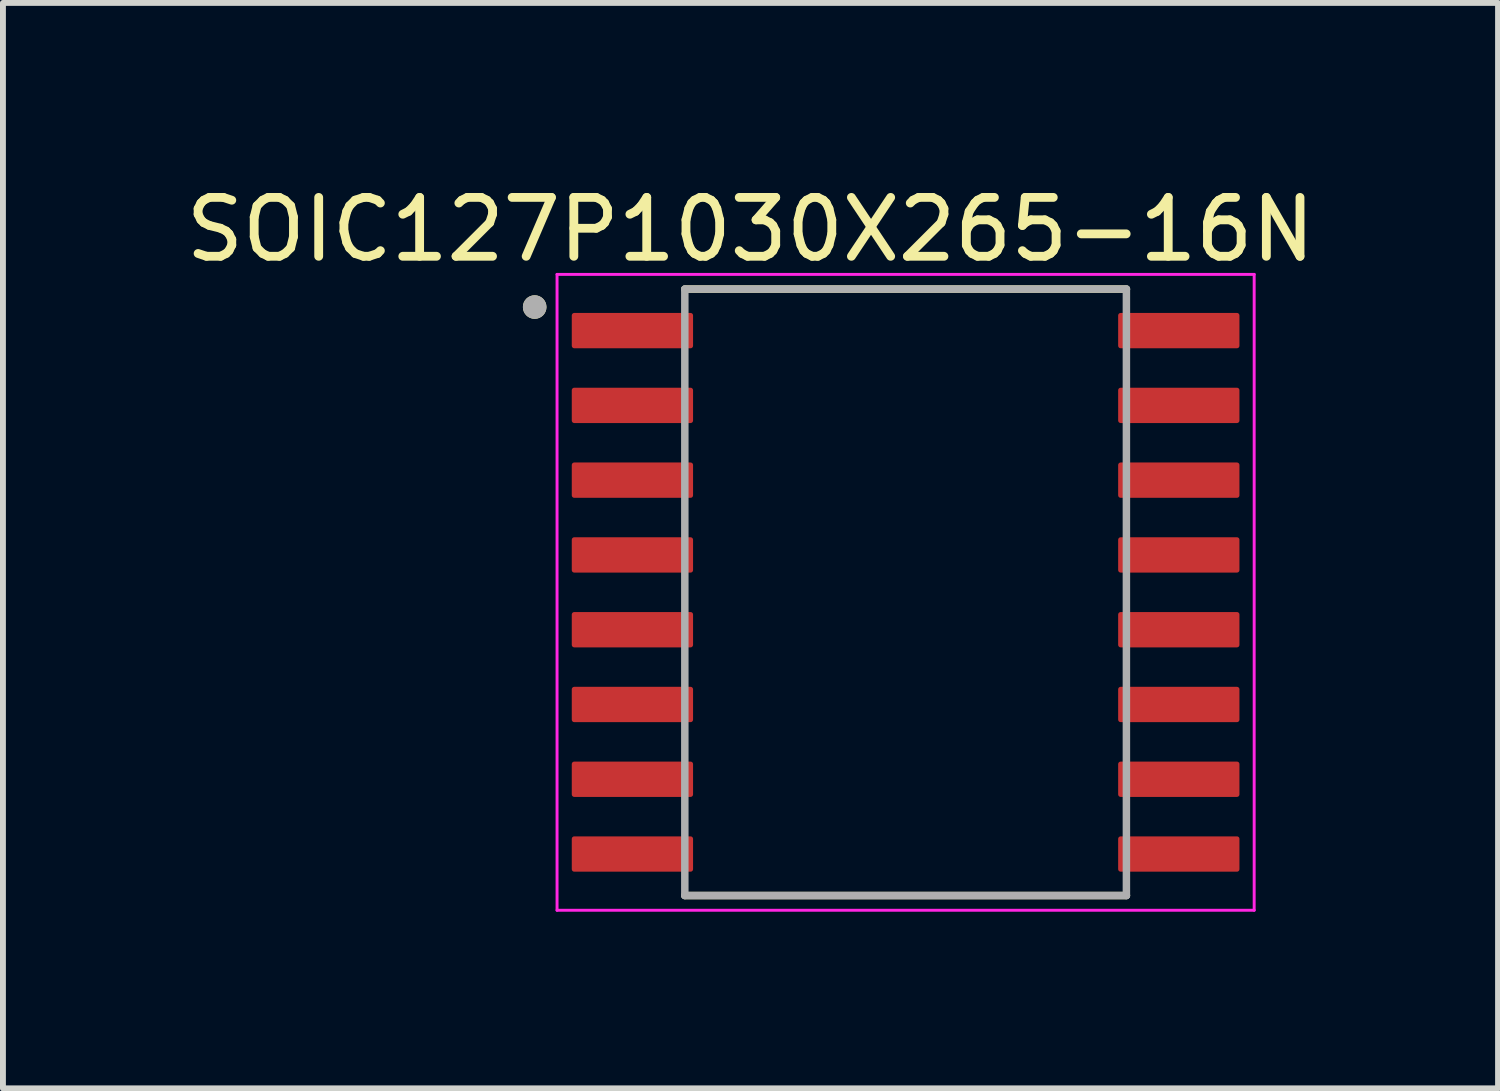
<source format=kicad_pcb>
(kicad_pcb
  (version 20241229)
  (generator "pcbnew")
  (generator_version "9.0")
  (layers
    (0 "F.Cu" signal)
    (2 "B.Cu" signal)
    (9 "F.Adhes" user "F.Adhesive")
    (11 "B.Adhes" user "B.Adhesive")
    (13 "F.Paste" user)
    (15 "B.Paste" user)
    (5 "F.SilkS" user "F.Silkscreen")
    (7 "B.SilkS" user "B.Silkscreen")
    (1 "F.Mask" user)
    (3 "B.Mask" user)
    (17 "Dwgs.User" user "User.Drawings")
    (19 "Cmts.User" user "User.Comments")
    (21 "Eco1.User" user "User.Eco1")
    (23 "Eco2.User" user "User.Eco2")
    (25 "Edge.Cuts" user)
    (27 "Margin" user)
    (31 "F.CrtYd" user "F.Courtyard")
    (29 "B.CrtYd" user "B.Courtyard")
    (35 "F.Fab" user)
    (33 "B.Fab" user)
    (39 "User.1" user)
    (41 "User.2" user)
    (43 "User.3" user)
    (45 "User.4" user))
  (footprint "SOIC127P1030X265-16N"
    (layer "F.Cu")
    (at 12.331 7.01)
    (property "Reference" "SOIC127P1030X265-16N" (at -2.635 -6.162 0) (layer "F.SilkS") (effects (font (size 1 1) (thickness 0.15))))
    (attr smd)
    (fp_line (start -3.75 -5.15) (end 3.75 -5.15) (stroke (width 0.127) (type solid)) (layer "F.SilkS"))
    (fp_line (start -3.75 5.15) (end 3.75 5.15) (stroke (width 0.127) (type solid)) (layer "F.SilkS"))
    (fp_circle (center -6.3 -4.845) (end -6.2 -4.845) (stroke (width 0.2) (type solid)) (fill no) (layer "F.SilkS"))
    (fp_line (start -5.92 -5.4) (end -5.92 5.4) (stroke (width 0.05) (type solid)) (layer "F.CrtYd"))
    (fp_line (start -5.92 -5.4) (end 5.92 -5.4) (stroke (width 0.05) (type solid)) (layer "F.CrtYd"))
    (fp_line (start -5.92 5.4) (end 5.92 5.4) (stroke (width 0.05) (type solid)) (layer "F.CrtYd"))
    (fp_line (start 5.92 -5.4) (end 5.92 5.4) (stroke (width 0.05) (type solid)) (layer "F.CrtYd"))
    (fp_line (start -3.75 -5.15) (end -3.75 5.15) (stroke (width 0.127) (type solid)) (layer "F.Fab"))
    (fp_line (start -3.75 -5.15) (end 3.75 -5.15) (stroke (width 0.127) (type solid)) (layer "F.Fab"))
    (fp_line (start -3.75 5.15) (end 3.75 5.15) (stroke (width 0.127) (type solid)) (layer "F.Fab"))
    (fp_line (start 3.75 -5.15) (end 3.75 5.15) (stroke (width 0.127) (type solid)) (layer "F.Fab"))
    (fp_circle (center -6.3 -4.845) (end -6.2 -4.845) (stroke (width 0.2) (type solid)) (fill no) (layer "F.Fab"))
    (pad "1" smd roundrect (at -4.64 -4.445) (size 2.06 0.6) (layers "F.Cu" "F.Mask" "F.Paste") (roundrect_rratio 0.07))
    (pad "2" smd roundrect (at -4.64 -3.175) (size 2.06 0.6) (layers "F.Cu" "F.Mask" "F.Paste") (roundrect_rratio 0.07))
    (pad "3" smd roundrect (at -4.64 -1.905) (size 2.06 0.6) (layers "F.Cu" "F.Mask" "F.Paste") (roundrect_rratio 0.07))
    (pad "4" smd roundrect (at -4.64 -0.635) (size 2.06 0.6) (layers "F.Cu" "F.Mask" "F.Paste") (roundrect_rratio 0.07))
    (pad "5" smd roundrect (at -4.64 0.635) (size 2.06 0.6) (layers "F.Cu" "F.Mask" "F.Paste") (roundrect_rratio 0.07))
    (pad "6" smd roundrect (at -4.64 1.905) (size 2.06 0.6) (layers "F.Cu" "F.Mask" "F.Paste") (roundrect_rratio 0.07))
    (pad "7" smd roundrect (at -4.64 3.175) (size 2.06 0.6) (layers "F.Cu" "F.Mask" "F.Paste") (roundrect_rratio 0.07))
    (pad "8" smd roundrect (at -4.64 4.445) (size 2.06 0.6) (layers "F.Cu" "F.Mask" "F.Paste") (roundrect_rratio 0.07))
    (pad "9" smd roundrect (at 4.64 4.445) (size 2.06 0.6) (layers "F.Cu" "F.Mask" "F.Paste") (roundrect_rratio 0.07))
    (pad "10" smd roundrect (at 4.64 3.175) (size 2.06 0.6) (layers "F.Cu" "F.Mask" "F.Paste") (roundrect_rratio 0.07))
    (pad "11" smd roundrect (at 4.64 1.905) (size 2.06 0.6) (layers "F.Cu" "F.Mask" "F.Paste") (roundrect_rratio 0.07))
    (pad "12" smd roundrect (at 4.64 0.635) (size 2.06 0.6) (layers "F.Cu" "F.Mask" "F.Paste") (roundrect_rratio 0.07))
    (pad "13" smd roundrect (at 4.64 -0.635) (size 2.06 0.6) (layers "F.Cu" "F.Mask" "F.Paste") (roundrect_rratio 0.07))
    (pad "14" smd roundrect (at 4.64 -1.905) (size 2.06 0.6) (layers "F.Cu" "F.Mask" "F.Paste") (roundrect_rratio 0.07))
    (pad "15" smd roundrect (at 4.64 -3.175) (size 2.06 0.6) (layers "F.Cu" "F.Mask" "F.Paste") (roundrect_rratio 0.07))
    (pad "16" smd roundrect (at 4.64 -4.445) (size 2.06 0.6) (layers "F.Cu" "F.Mask" "F.Paste") (roundrect_rratio 0.07)))
  (gr_rect
    (start -3 -3)
    (end 22.393 15.435)
    (stroke (width 0.1) (type default))
    (fill no)
    (layer "Edge.Cuts")))
</source>
